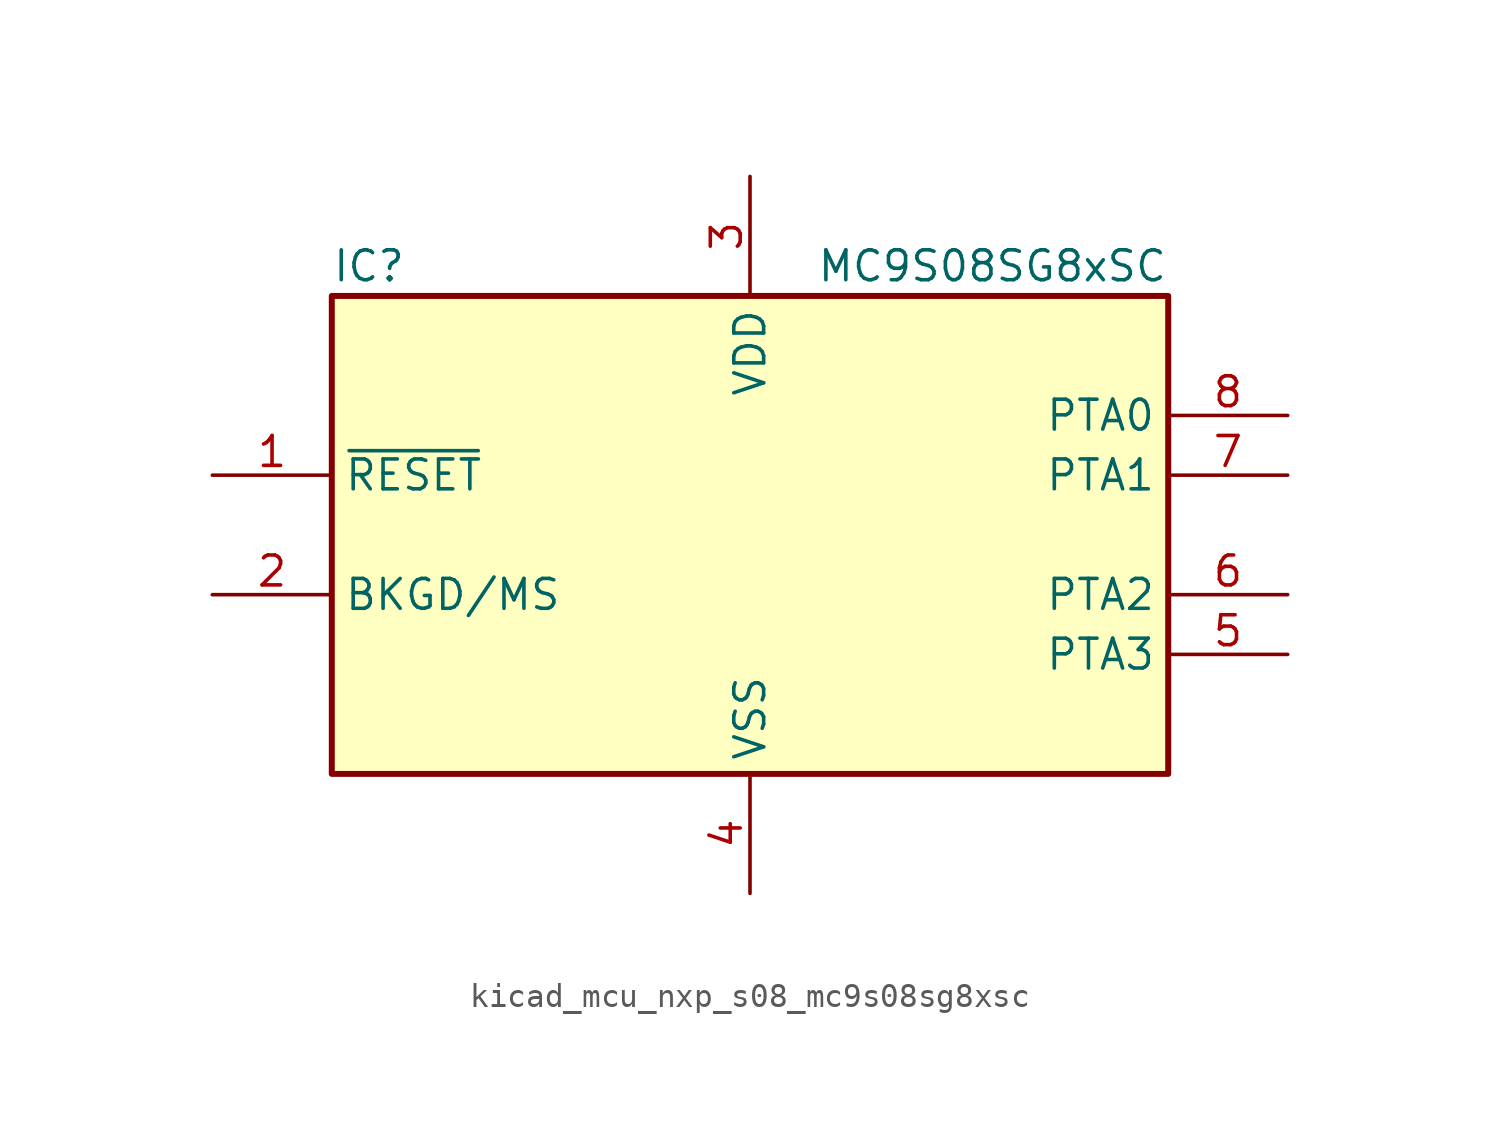
<source format=kicad_sym>
(kicad_symbol_lib
  (version 20220914)
  (generator kicad_symbol_editor)
  (symbol "kicad_mcu_nxp_s08_mc9s08sg8xsc"
    (property "Reference" "IC"
      (at -17.78 11.43 0)
      (effects (font (size 1.27 1.27)) (justify left)))
    (property "Value" "MC9S08SG8xSC"
      (at 17.78 11.43 0)
      (effects (font (size 1.27 1.27)) (justify right)))
    (symbol "kicad_mcu_nxp_s08_mc9s08sg8xsc_0_1"
      (rectangle (start -17.78 10.16) (end 17.78 -10.16) (stroke (width 0.254) (type default)) (fill (type background))))
    (symbol "kicad_mcu_nxp_s08_mc9s08sg8xsc_1_1"
      (pin input line (at -22.86 2.54 0) (length 5.08) (name "~{RESET}" (effects (font (size 1.27 1.27)))) (number "1" (effects (font (size 1.27 1.27)))))
      (pin bidirectional line (at -22.86 -2.54 0) (length 5.08) (name "BKGD/MS" (effects (font (size 1.27 1.27)))) (number "2" (effects (font (size 1.27 1.27)))))
      (pin power_in line (at 0 15.24 270) (length 5.08) (name "VDD" (effects (font (size 1.27 1.27)))) (number "3" (effects (font (size 1.27 1.27)))))
      (pin power_in line (at 0 -15.24 90) (length 5.08) (name "VSS" (effects (font (size 1.27 1.27)))) (number "4" (effects (font (size 1.27 1.27)))))
      (pin bidirectional line (at 22.86 -5.08 180) (length 5.08) (name "PTA3" (effects (font (size 1.27 1.27)))) (number "5" (effects (font (size 1.27 1.27)))))
      (pin bidirectional line (at 22.86 -2.54 180) (length 5.08) (name "PTA2" (effects (font (size 1.27 1.27)))) (number "6" (effects (font (size 1.27 1.27)))))
      (pin bidirectional line (at 22.86 2.54 180) (length 5.08) (name "PTA1" (effects (font (size 1.27 1.27)))) (number "7" (effects (font (size 1.27 1.27)))))
      (pin bidirectional line (at 22.86 5.08 180) (length 5.08) (name "PTA0" (effects (font (size 1.27 1.27)))) (number "8" (effects (font (size 1.27 1.27))))))))
</source>
